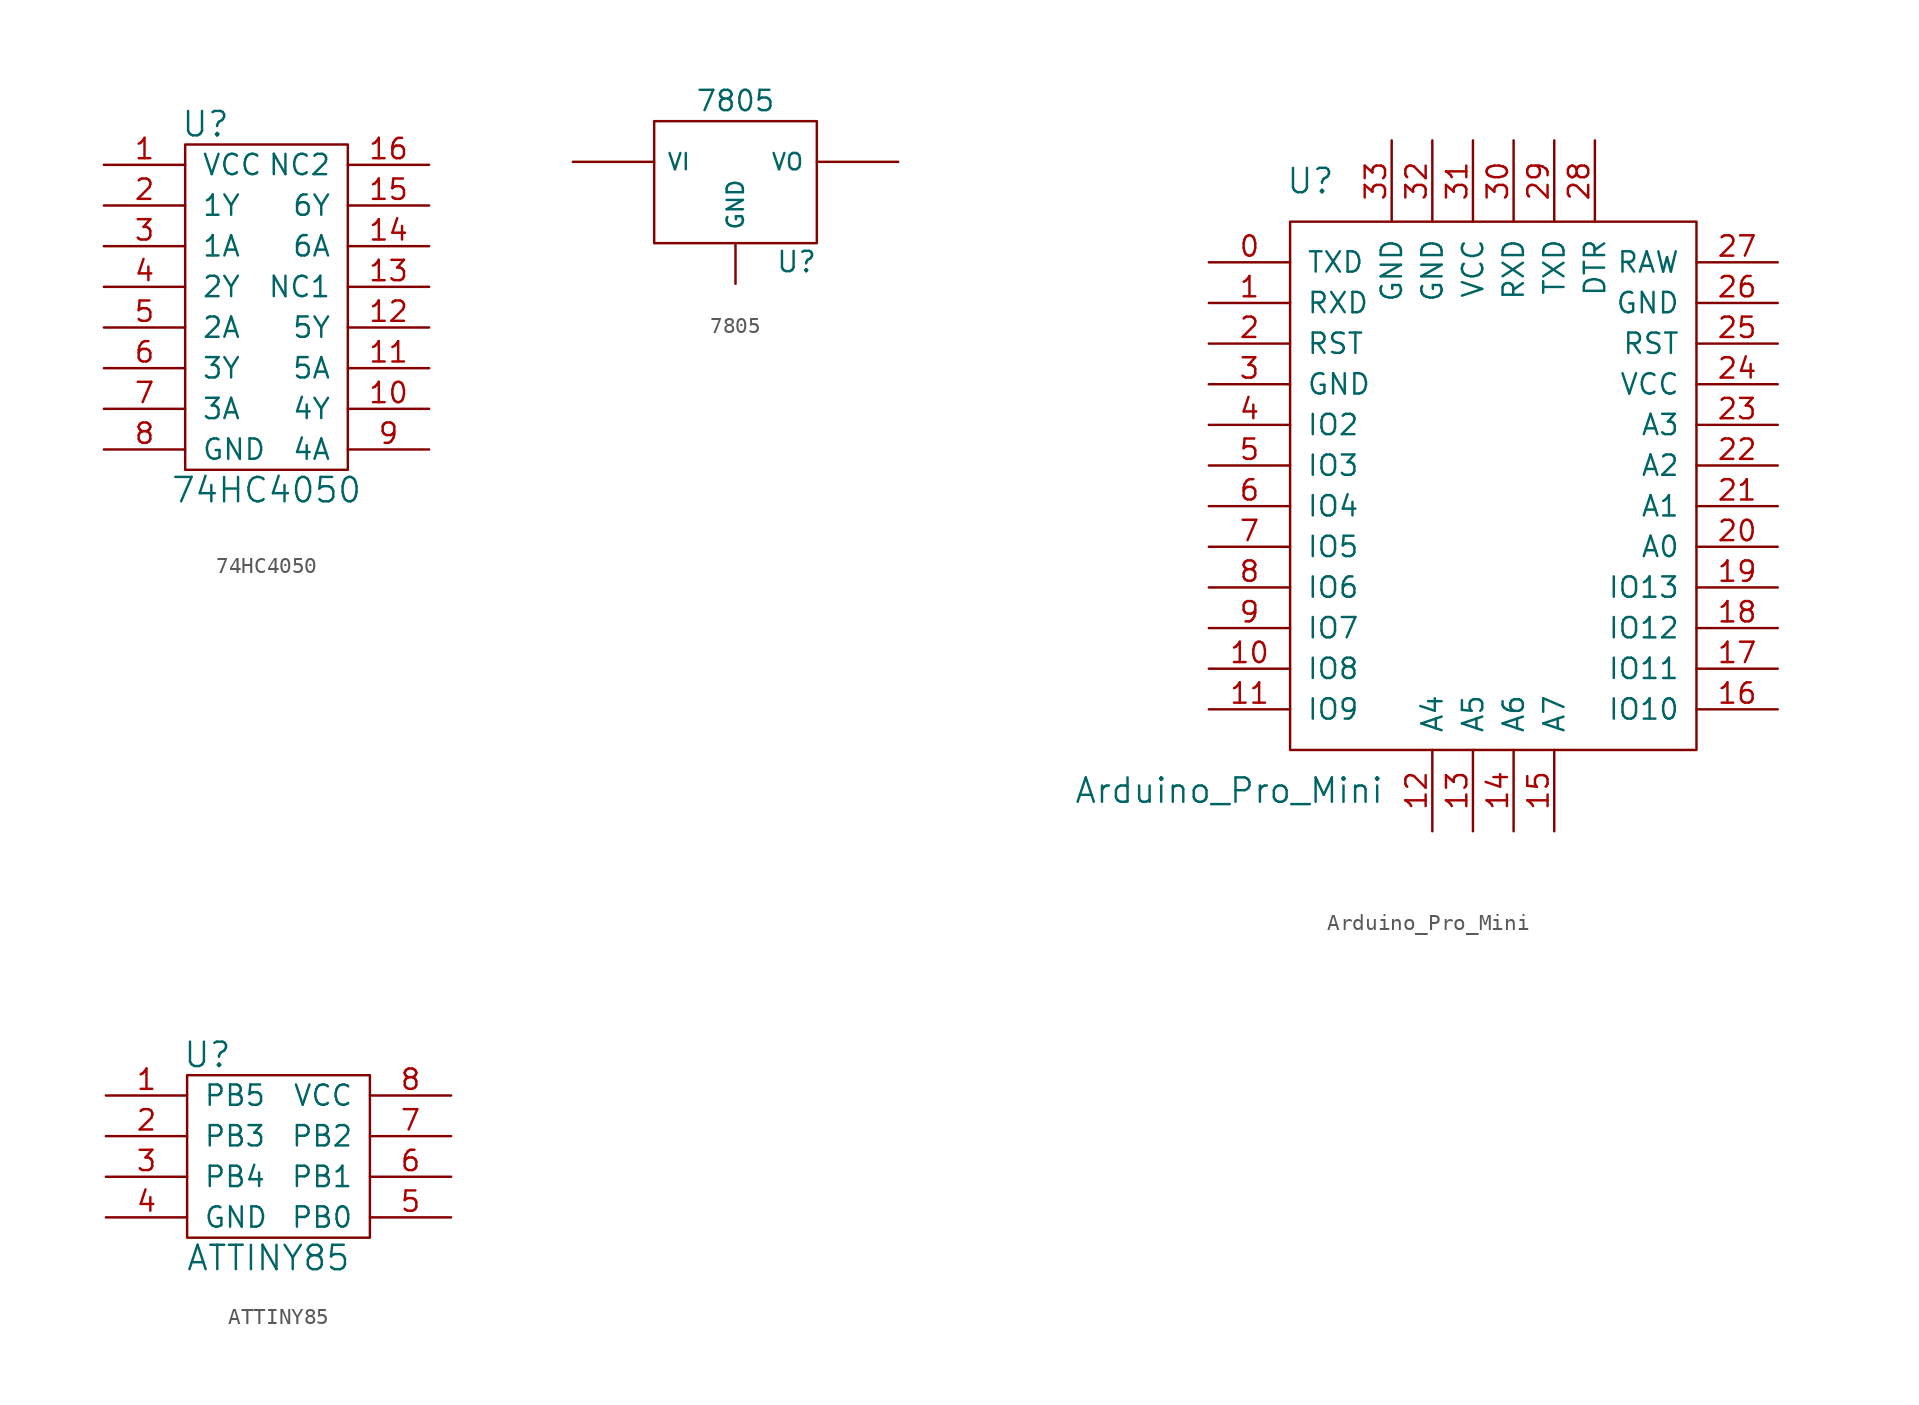
<source format=kicad_sym>
(kicad_symbol_lib
  (version 20211014)
  (generator kicad_symbol_editor)
  (symbol "74HC4050"
    (pin_names
      (offset 1.016))
    (property "Reference" "U"
      (at -3.81 21.59 0)
      (effects (font (size 1.524 1.524))))
    (property "Value" "74HC4050"
      (at 0 -1.27 0)
      (effects (font (size 1.524 1.524))))
    (symbol "74HC4050_0_1"
      (rectangle (start -5.08 20.32) (end 5.08 0) (stroke (width 0) (type default) (color 0 0 0 0)) (fill (type none))))
    (symbol "74HC4050_1_1"
      (pin input line (at -10.16 19.05 0) (length 5.08) (name "VCC" (effects (font (size 1.27 1.27)))) (number "1" (effects (font (size 1.27 1.27)))))
      (pin input line (at 10.16 3.81 180) (length 5.08) (name "4Y" (effects (font (size 1.27 1.27)))) (number "10" (effects (font (size 1.27 1.27)))))
      (pin input line (at 10.16 6.35 180) (length 5.08) (name "5A" (effects (font (size 1.27 1.27)))) (number "11" (effects (font (size 1.27 1.27)))))
      (pin input line (at 10.16 8.89 180) (length 5.08) (name "5Y" (effects (font (size 1.27 1.27)))) (number "12" (effects (font (size 1.27 1.27)))))
      (pin input line (at 10.16 11.43 180) (length 5.08) (name "NC1" (effects (font (size 1.27 1.27)))) (number "13" (effects (font (size 1.27 1.27)))))
      (pin input line (at 10.16 13.97 180) (length 5.08) (name "6A" (effects (font (size 1.27 1.27)))) (number "14" (effects (font (size 1.27 1.27)))))
      (pin input line (at 10.16 16.51 180) (length 5.08) (name "6Y" (effects (font (size 1.27 1.27)))) (number "15" (effects (font (size 1.27 1.27)))))
      (pin input line (at 10.16 19.05 180) (length 5.08) (name "NC2" (effects (font (size 1.27 1.27)))) (number "16" (effects (font (size 1.27 1.27)))))
      (pin input line (at -10.16 16.51 0) (length 5.08) (name "1Y" (effects (font (size 1.27 1.27)))) (number "2" (effects (font (size 1.27 1.27)))))
      (pin input line (at -10.16 13.97 0) (length 5.08) (name "1A" (effects (font (size 1.27 1.27)))) (number "3" (effects (font (size 1.27 1.27)))))
      (pin input line (at -10.16 11.43 0) (length 5.08) (name "2Y" (effects (font (size 1.27 1.27)))) (number "4" (effects (font (size 1.27 1.27)))))
      (pin input line (at -10.16 8.89 0) (length 5.08) (name "2A" (effects (font (size 1.27 1.27)))) (number "5" (effects (font (size 1.27 1.27)))))
      (pin input line (at -10.16 6.35 0) (length 5.08) (name "3Y" (effects (font (size 1.27 1.27)))) (number "6" (effects (font (size 1.27 1.27)))))
      (pin input line (at -10.16 3.81 0) (length 5.08) (name "3A" (effects (font (size 1.27 1.27)))) (number "7" (effects (font (size 1.27 1.27)))))
      (pin input line (at -10.16 1.27 0) (length 5.08) (name "GND" (effects (font (size 1.27 1.27)))) (number "8" (effects (font (size 1.27 1.27)))))
      (pin input line (at 10.16 1.27 180) (length 5.08) (name "4A" (effects (font (size 1.27 1.27)))) (number "9" (effects (font (size 1.27 1.27)))))))
  (symbol "7805"
    (pin_numbers hide)
    (pin_names
      (offset 0.762))
    (property "Reference" "U"
      (at 3.81 -4.978 0)
      (effects (font (size 1.27 1.27))))
    (property "Value" "7805"
      (at 0 5.08 0)
      (effects (font (size 1.27 1.27))))
    (property "Footprint" ""
      (at 0 0 0)
      (effects (font (size 1.27 1.27))))
    (property "Datasheet" ""
      (at 0 0 0)
      (effects (font (size 1.27 1.27))))
    (symbol "7805_0_1"
      (rectangle (start -5.08 -3.81) (end 5.08 3.81) (stroke (width 0) (type default) (color 0 0 0 0)) (fill (type none))))
    (symbol "7805_1_1"
      (pin input line (at -10.16 1.27 0) (length 5.08) (name "VI" (effects (font (size 1.016 1.016)))) (number "1" (effects (font (size 1.016 1.016)))))
      (pin input line (at 0 -6.35 90) (length 2.54) (name "GND" (effects (font (size 1.016 1.016)))) (number "2" (effects (font (size 1.016 1.016)))))
      (pin power_out line (at 10.16 1.27 180) (length 5.08) (name "VO" (effects (font (size 1.016 1.016)))) (number "3" (effects (font (size 1.016 1.016)))))))
  (symbol "Arduino_Pro_Mini"
    (pin_names
      (offset 1.016))
    (property "Reference" "U"
      (at -11.43 19.05 0)
      (effects (font (size 1.524 1.524))))
    (property "Value" "Arduino_Pro_Mini"
      (at -16.51 -19.05 0)
      (effects (font (size 1.524 1.524))))
    (property "Footprint" ""
      (at 0 3.81 0)
      (effects (font (size 1.524 1.524))))
    (property "Datasheet" ""
      (at 0 3.81 0)
      (effects (font (size 1.524 1.524))))
    (symbol "Arduino_Pro_Mini_0_1"
      (rectangle (start -12.7 16.51) (end 12.7 -16.51) (stroke (width 0) (type default) (color 0 0 0 0)) (fill (type none))))
    (symbol "Arduino_Pro_Mini_1_1"
      (pin output line (at -17.78 13.97 0) (length 5.08) (name "TXD" (effects (font (size 1.27 1.27)))) (number "0" (effects (font (size 1.27 1.27)))))
      (pin input line (at -17.78 11.43 0) (length 5.08) (name "RXD" (effects (font (size 1.27 1.27)))) (number "1" (effects (font (size 1.27 1.27)))))
      (pin bidirectional line (at -17.78 -11.43 0) (length 5.08) (name "IO8" (effects (font (size 1.27 1.27)))) (number "10" (effects (font (size 1.27 1.27)))))
      (pin bidirectional line (at -17.78 -13.97 0) (length 5.08) (name "IO9" (effects (font (size 1.27 1.27)))) (number "11" (effects (font (size 1.27 1.27)))))
      (pin input line (at -3.81 -21.59 90) (length 5.08) (name "A4" (effects (font (size 1.27 1.27)))) (number "12" (effects (font (size 1.27 1.27)))))
      (pin input line (at -1.27 -21.59 90) (length 5.08) (name "A5" (effects (font (size 1.27 1.27)))) (number "13" (effects (font (size 1.27 1.27)))))
      (pin input line (at 1.27 -21.59 90) (length 5.08) (name "A6" (effects (font (size 1.27 1.27)))) (number "14" (effects (font (size 1.27 1.27)))))
      (pin input line (at 3.81 -21.59 90) (length 5.08) (name "A7" (effects (font (size 1.27 1.27)))) (number "15" (effects (font (size 1.27 1.27)))))
      (pin bidirectional line (at 17.78 -13.97 180) (length 5.08) (name "IO10" (effects (font (size 1.27 1.27)))) (number "16" (effects (font (size 1.27 1.27)))))
      (pin bidirectional line (at 17.78 -11.43 180) (length 5.08) (name "IO11" (effects (font (size 1.27 1.27)))) (number "17" (effects (font (size 1.27 1.27)))))
      (pin bidirectional line (at 17.78 -8.89 180) (length 5.08) (name "IO12" (effects (font (size 1.27 1.27)))) (number "18" (effects (font (size 1.27 1.27)))))
      (pin bidirectional line (at 17.78 -6.35 180) (length 5.08) (name "IO13" (effects (font (size 1.27 1.27)))) (number "19" (effects (font (size 1.27 1.27)))))
      (pin input line (at -17.78 8.89 0) (length 5.08) (name "RST" (effects (font (size 1.27 1.27)))) (number "2" (effects (font (size 1.27 1.27)))))
      (pin input line (at 17.78 -3.81 180) (length 5.08) (name "A0" (effects (font (size 1.27 1.27)))) (number "20" (effects (font (size 1.27 1.27)))))
      (pin input line (at 17.78 -1.27 180) (length 5.08) (name "A1" (effects (font (size 1.27 1.27)))) (number "21" (effects (font (size 1.27 1.27)))))
      (pin input line (at 17.78 1.27 180) (length 5.08) (name "A2" (effects (font (size 1.27 1.27)))) (number "22" (effects (font (size 1.27 1.27)))))
      (pin input line (at 17.78 3.81 180) (length 5.08) (name "A3" (effects (font (size 1.27 1.27)))) (number "23" (effects (font (size 1.27 1.27)))))
      (pin power_in line (at 17.78 6.35 180) (length 5.08) (name "VCC" (effects (font (size 1.27 1.27)))) (number "24" (effects (font (size 1.27 1.27)))))
      (pin input line (at 17.78 8.89 180) (length 5.08) (name "RST" (effects (font (size 1.27 1.27)))) (number "25" (effects (font (size 1.27 1.27)))))
      (pin power_in line (at 17.78 11.43 180) (length 5.08) (name "GND" (effects (font (size 1.27 1.27)))) (number "26" (effects (font (size 1.27 1.27)))))
      (pin power_in line (at 17.78 13.97 180) (length 5.08) (name "RAW" (effects (font (size 1.27 1.27)))) (number "27" (effects (font (size 1.27 1.27)))))
      (pin input line (at 6.35 21.59 270) (length 5.08) (name "DTR" (effects (font (size 1.27 1.27)))) (number "28" (effects (font (size 1.27 1.27)))))
      (pin output line (at 3.81 21.59 270) (length 5.08) (name "TXD" (effects (font (size 1.27 1.27)))) (number "29" (effects (font (size 1.27 1.27)))))
      (pin power_in line (at -17.78 6.35 0) (length 5.08) (name "GND" (effects (font (size 1.27 1.27)))) (number "3" (effects (font (size 1.27 1.27)))))
      (pin input line (at 1.27 21.59 270) (length 5.08) (name "RXD" (effects (font (size 1.27 1.27)))) (number "30" (effects (font (size 1.27 1.27)))))
      (pin power_in line (at -1.27 21.59 270) (length 5.08) (name "VCC" (effects (font (size 1.27 1.27)))) (number "31" (effects (font (size 1.27 1.27)))))
      (pin power_in line (at -3.81 21.59 270) (length 5.08) (name "GND" (effects (font (size 1.27 1.27)))) (number "32" (effects (font (size 1.27 1.27)))))
      (pin power_in line (at -6.35 21.59 270) (length 5.08) (name "GND" (effects (font (size 1.27 1.27)))) (number "33" (effects (font (size 1.27 1.27)))))
      (pin bidirectional line (at -17.78 3.81 0) (length 5.08) (name "IO2" (effects (font (size 1.27 1.27)))) (number "4" (effects (font (size 1.27 1.27)))))
      (pin bidirectional line (at -17.78 1.27 0) (length 5.08) (name "IO3" (effects (font (size 1.27 1.27)))) (number "5" (effects (font (size 1.27 1.27)))))
      (pin bidirectional line (at -17.78 -1.27 0) (length 5.08) (name "IO4" (effects (font (size 1.27 1.27)))) (number "6" (effects (font (size 1.27 1.27)))))
      (pin bidirectional line (at -17.78 -3.81 0) (length 5.08) (name "IO5" (effects (font (size 1.27 1.27)))) (number "7" (effects (font (size 1.27 1.27)))))
      (pin bidirectional line (at -17.78 -6.35 0) (length 5.08) (name "IO6" (effects (font (size 1.27 1.27)))) (number "8" (effects (font (size 1.27 1.27)))))
      (pin bidirectional line (at -17.78 -8.89 0) (length 5.08) (name "IO7" (effects (font (size 1.27 1.27)))) (number "9" (effects (font (size 1.27 1.27)))))))
  (symbol "ATTINY85"
    (pin_names
      (offset 1.016))
    (property "Reference" "U"
      (at -5.08 11.43 0)
      (effects (font (size 1.524 1.524))))
    (property "Value" "ATTINY85"
      (at -1.27 -1.27 0)
      (effects (font (size 1.524 1.524))))
    (symbol "ATTINY85_0_1"
      (rectangle (start -6.35 10.16) (end 5.08 0) (stroke (width 0) (type default) (color 0 0 0 0)) (fill (type none))))
    (symbol "ATTINY85_1_1"
      (pin bidirectional line (at -11.43 8.89 0) (length 5.08) (name "PB5" (effects (font (size 1.27 1.27)))) (number "1" (effects (font (size 1.27 1.27)))))
      (pin bidirectional line (at -11.43 6.35 0) (length 5.08) (name "PB3" (effects (font (size 1.27 1.27)))) (number "2" (effects (font (size 1.27 1.27)))))
      (pin bidirectional line (at -11.43 3.81 0) (length 5.08) (name "PB4" (effects (font (size 1.27 1.27)))) (number "3" (effects (font (size 1.27 1.27)))))
      (pin bidirectional line (at -11.43 1.27 0) (length 5.08) (name "GND" (effects (font (size 1.27 1.27)))) (number "4" (effects (font (size 1.27 1.27)))))
      (pin bidirectional line (at 10.16 1.27 180) (length 5.08) (name "PB0" (effects (font (size 1.27 1.27)))) (number "5" (effects (font (size 1.27 1.27)))))
      (pin bidirectional line (at 10.16 3.81 180) (length 5.08) (name "PB1" (effects (font (size 1.27 1.27)))) (number "6" (effects (font (size 1.27 1.27)))))
      (pin bidirectional line (at 10.16 6.35 180) (length 5.08) (name "PB2" (effects (font (size 1.27 1.27)))) (number "7" (effects (font (size 1.27 1.27)))))
      (pin power_in line (at 10.16 8.89 180) (length 5.08) (name "VCC" (effects (font (size 1.27 1.27)))) (number "8" (effects (font (size 1.27 1.27))))))))
</source>
